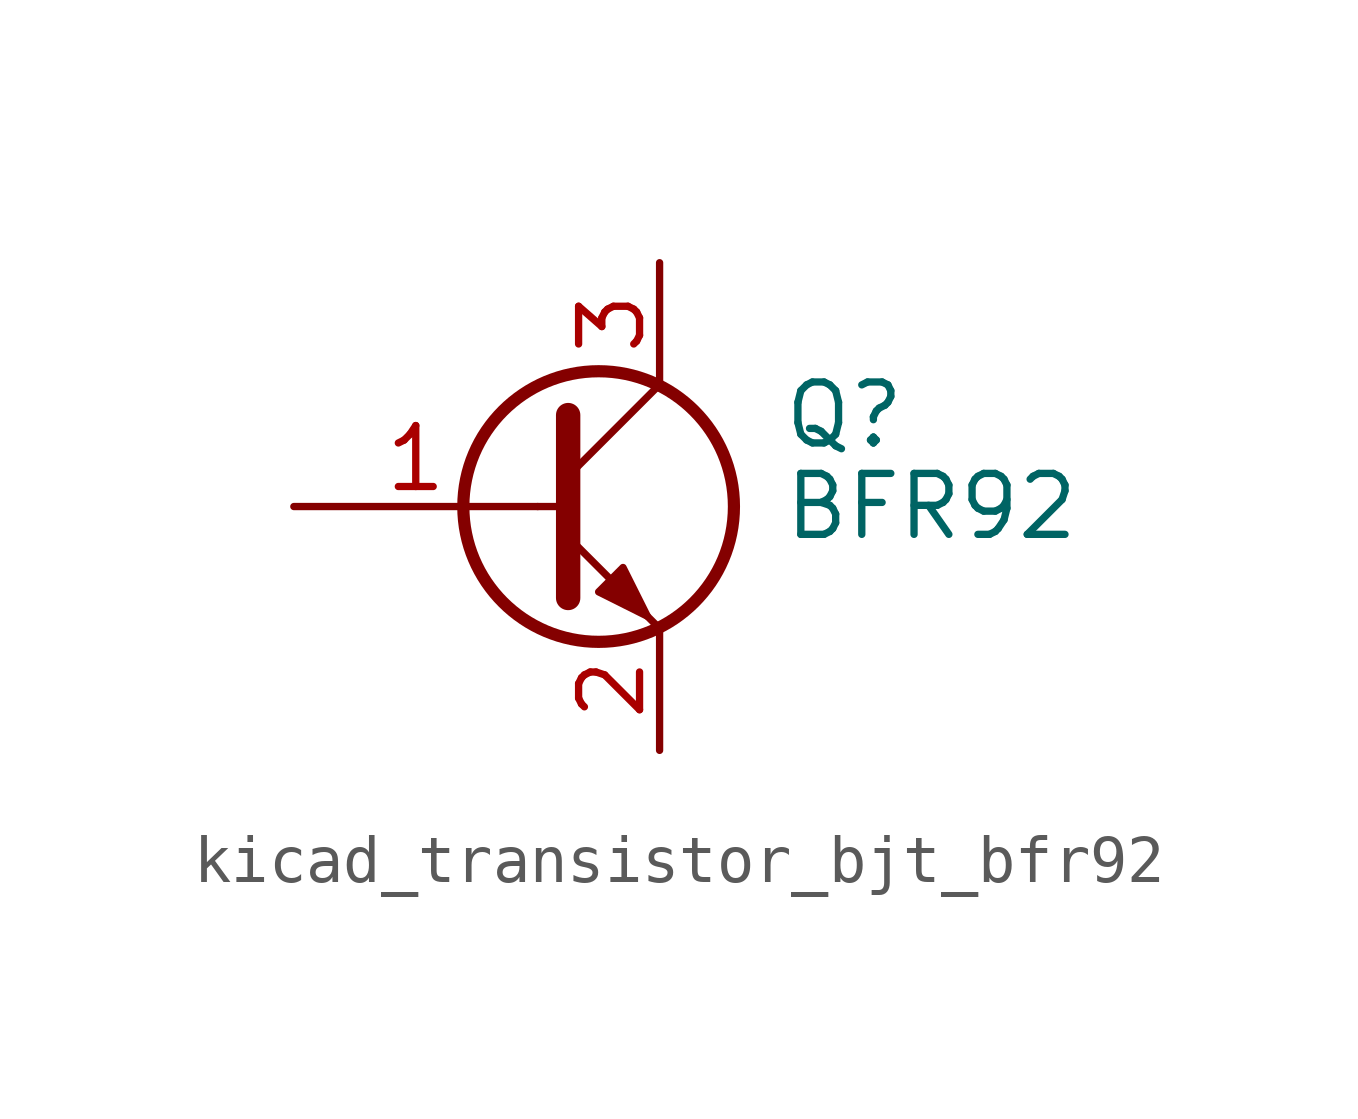
<source format=kicad_sym>
(kicad_symbol_lib
  (version 20220914)
  (generator kicad_symbol_editor)
  (symbol "kicad_transistor_bjt_bfr92"
    (pin_names
      (offset 0) hide)
    (property "Reference" "Q"
      (at 5.08 1.905 0)
      (effects (font (size 1.27 1.27)) (justify left)))
    (property "Value" "BFR92"
      (at 5.08 0 0)
      (effects (font (size 1.27 1.27)) (justify left)))
    (symbol "kicad_transistor_bjt_bfr92_0_1"
      (polyline (pts (xy 0 0) (xy 0.635 0)) (stroke (width 0) (type default)) (fill (type none)))
      (polyline (pts (xy 0.635 0.635) (xy 2.54 2.54)) (stroke (width 0) (type default)) (fill (type none)))
      (polyline (pts (xy 2.54 -2.54) (xy 0.635 -0.635)) (stroke (width 0) (type default)) (fill (type none)))
      (polyline (pts (xy 0.635 1.905) (xy 0.635 0) (xy 0.635 -1.905) (xy 0.635 -1.905)) (stroke (width 0.508) (type default)) (fill (type none)))
      (polyline (pts (xy 2.286 -2.286) (xy 1.778 -1.27) (xy 1.27 -1.778) (xy 2.286 -2.286) (xy 2.286 -2.286)) (stroke (width 0) (type default)) (fill (type outline)))
      (circle (center 1.27 0) (radius 2.819) (stroke (width 0.254) (type default)) (fill (type none))))
    (symbol "kicad_transistor_bjt_bfr92_1_1"
      (pin input line (at -5.08 0 0) (length 5.08) (name "B" (effects (font (size 1.27 1.27)))) (number "1" (effects (font (size 1.27 1.27)))))
      (pin passive line (at 2.54 -5.08 90) (length 2.54) (name "E" (effects (font (size 1.27 1.27)))) (number "2" (effects (font (size 1.27 1.27)))))
      (pin passive line (at 2.54 5.08 270) (length 2.54) (name "C" (effects (font (size 1.27 1.27)))) (number "3" (effects (font (size 1.27 1.27))))))))
</source>
